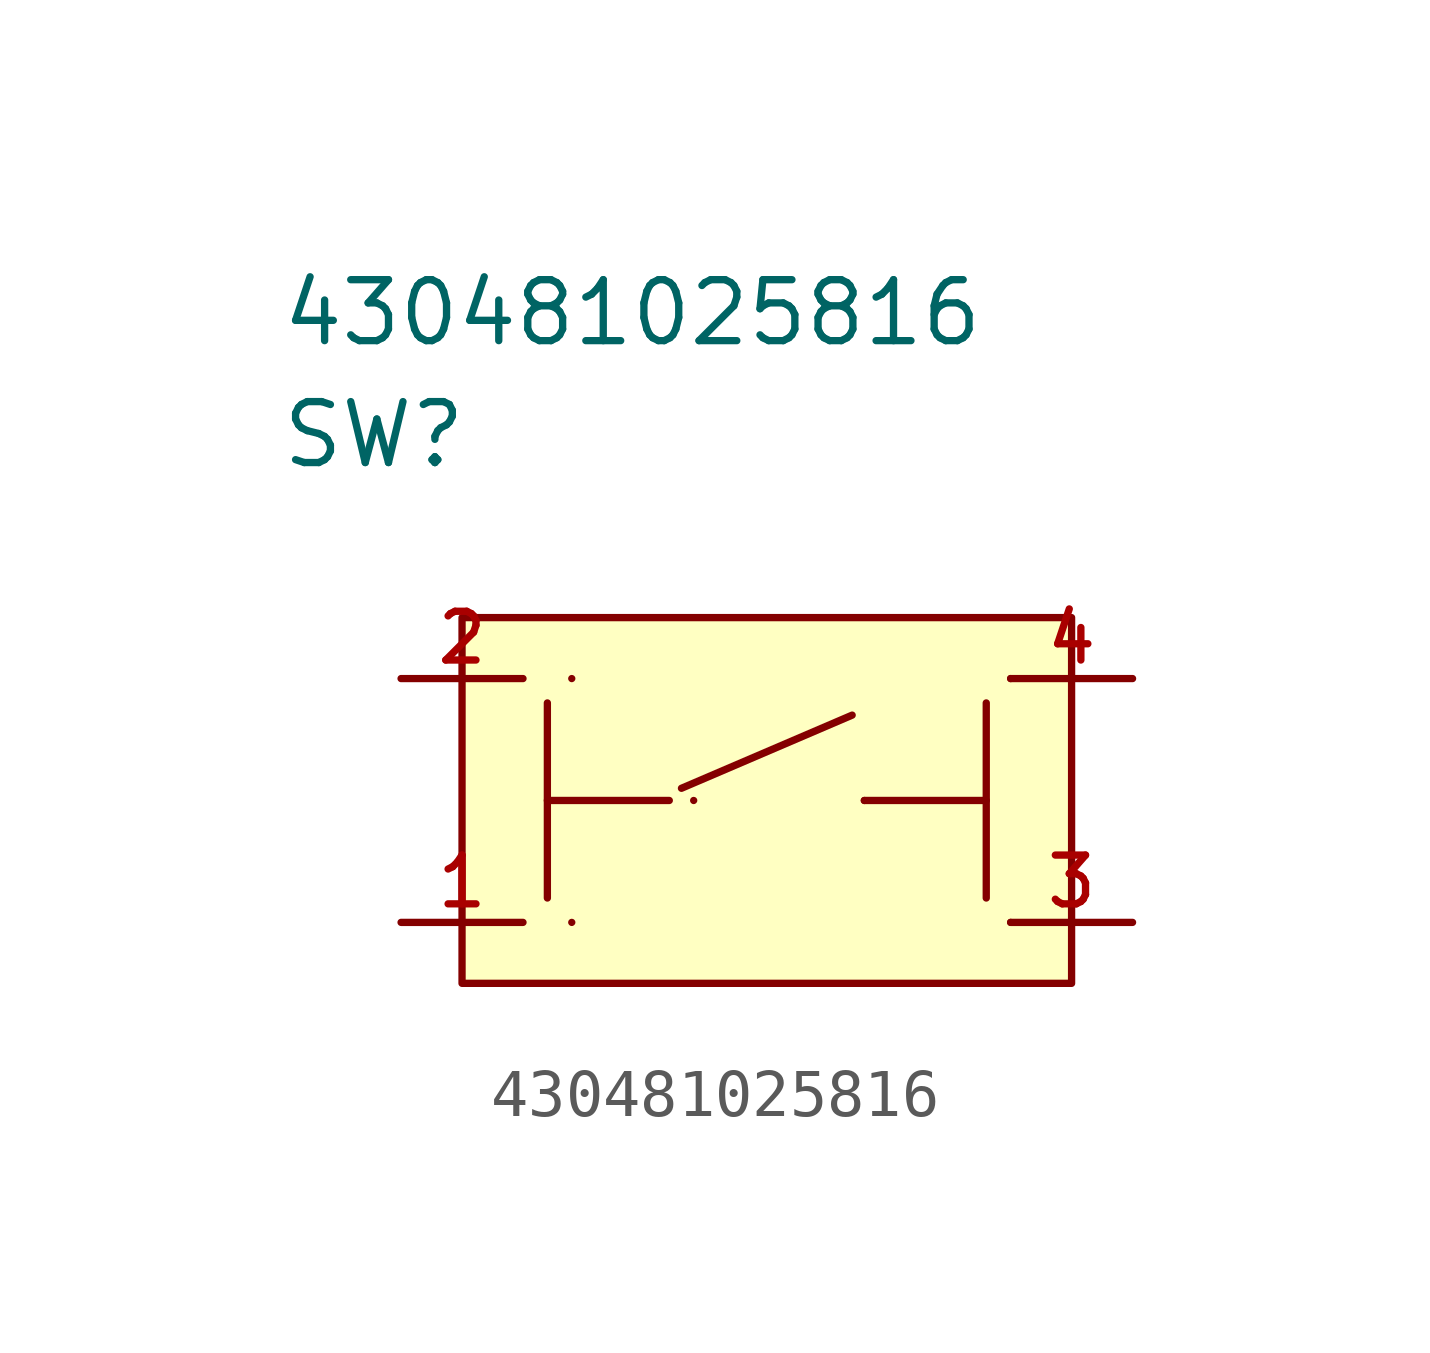
<source format=kicad_sym>
(kicad_symbol_lib
  (version 20211014)
  (generator kicad_symbol_editor)
  (symbol "430481025816"
    (pin_names
      (offset 1.016))
    (property "Reference" "SW"
      (at 0 5.08 0)
      (effects (font (size 1.27 1.27)) (justify left)))
    (property "Value" "430481025816"
      (at 0 7.62 0)
      (effects (font (size 1.27 1.27)) (justify left)))
    (property "ki_locked" ""
      (at 0 0 0)
      (effects (font (size 1.27 1.27))))
    (symbol "430481025816_1_1"
      (polyline (pts (xy 5.588 -0.508) (xy 5.588 -4.572)) (stroke (width 0) (type default) (color 0 0 0 0)) (fill (type none)))
      (polyline (pts (xy 8.128 -2.54) (xy 5.588 -2.54)) (stroke (width 0) (type default) (color 0 0 0 0)) (fill (type none)))
      (polyline (pts (xy 8.382 -2.286) (xy 11.938 -0.762)) (stroke (width 0) (type default) (color 0 0 0 0)) (fill (type none)))
      (polyline (pts (xy 12.192 -2.54) (xy 14.732 -2.54)) (stroke (width 0) (type default) (color 0 0 0 0)) (fill (type none)))
      (polyline (pts (xy 14.732 -0.508) (xy 14.732 -4.572)) (stroke (width 0) (type default) (color 0 0 0 0)) (fill (type none)))
      (rectangle (start 3.81 1.27) (end 16.51 -6.35) (stroke (width 0) (type default) (color 0 0 0 0)) (fill (type background)))
      (arc (start 6.096 -5.08) (mid 5.08 -5.08) (end 6.096 -5.08) (stroke (width 0) (type default) (color 0 0 0 0)) (fill (type none)))
      (arc (start 6.096 0) (mid 5.08 0) (end 6.096 0) (stroke (width 0) (type default) (color 0 0 0 0)) (fill (type none)))
      (arc (start 8.636 -2.54) (mid 8.128 -2.54) (end 8.636 -2.54) (stroke (width 0) (type default) (color 0 0 0 0)) (fill (type none)))
      (arc (start 12.192 -2.54) (mid 11.684 -2.54) (end 12.192 -2.54) (stroke (width 0) (type default) (color 0 0 0 0)) (fill (type none)))
      (arc (start 15.24 -5.08) (mid 14.224 -5.08) (end 15.24 -5.08) (stroke (width 0) (type default) (color 0 0 0 0)) (fill (type none)))
      (arc (start 15.24 0) (mid 14.224 0) (end 15.24 0) (stroke (width 0) (type default) (color 0 0 0 0)) (fill (type none)))
      (pin passive line (at 2.54 -5.08 0) (length 2.54) (name "1" (effects (font (size 0 0)))) (number "1" (effects (font (size 1.016 1.016)))))
      (pin passive line (at 2.54 0 0) (length 2.54) (name "2" (effects (font (size 0 0)))) (number "2" (effects (font (size 1.016 1.016)))))
      (pin passive line (at 17.78 -5.08 180) (length 2.54) (name "3" (effects (font (size 0 0)))) (number "3" (effects (font (size 1.016 1.016)))))
      (pin passive line (at 17.78 0 180) (length 2.54) (name "4" (effects (font (size 0 0)))) (number "4" (effects (font (size 1.016 1.016))))))))
</source>
